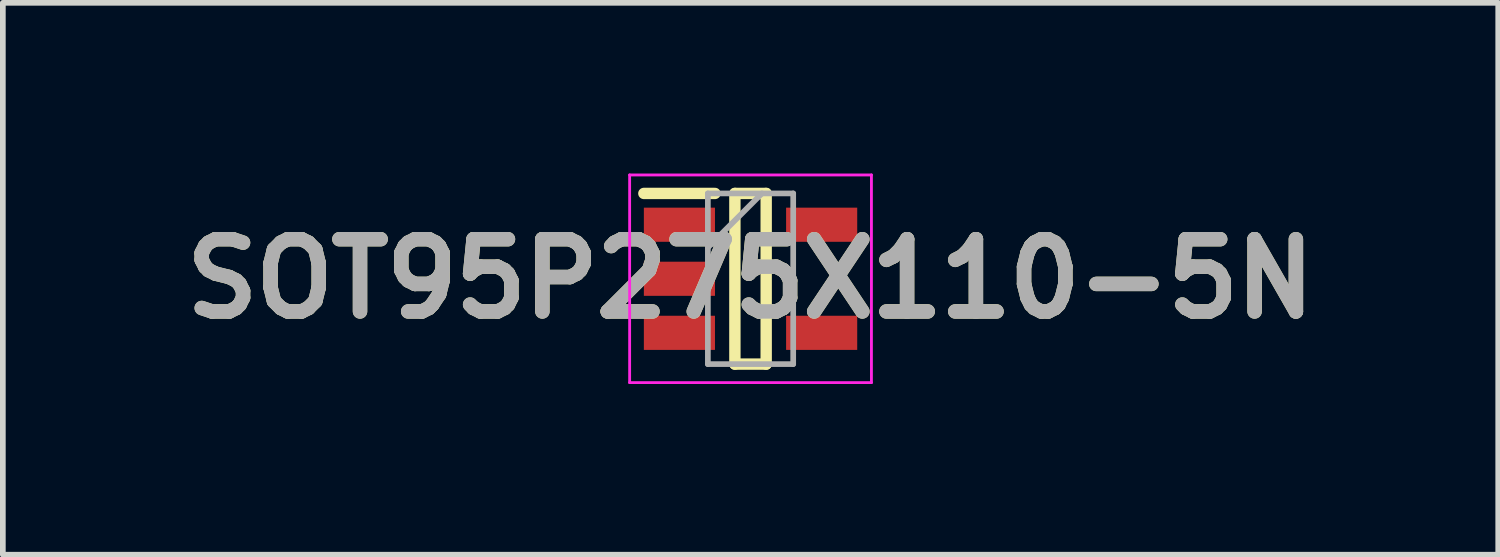
<source format=kicad_pcb>
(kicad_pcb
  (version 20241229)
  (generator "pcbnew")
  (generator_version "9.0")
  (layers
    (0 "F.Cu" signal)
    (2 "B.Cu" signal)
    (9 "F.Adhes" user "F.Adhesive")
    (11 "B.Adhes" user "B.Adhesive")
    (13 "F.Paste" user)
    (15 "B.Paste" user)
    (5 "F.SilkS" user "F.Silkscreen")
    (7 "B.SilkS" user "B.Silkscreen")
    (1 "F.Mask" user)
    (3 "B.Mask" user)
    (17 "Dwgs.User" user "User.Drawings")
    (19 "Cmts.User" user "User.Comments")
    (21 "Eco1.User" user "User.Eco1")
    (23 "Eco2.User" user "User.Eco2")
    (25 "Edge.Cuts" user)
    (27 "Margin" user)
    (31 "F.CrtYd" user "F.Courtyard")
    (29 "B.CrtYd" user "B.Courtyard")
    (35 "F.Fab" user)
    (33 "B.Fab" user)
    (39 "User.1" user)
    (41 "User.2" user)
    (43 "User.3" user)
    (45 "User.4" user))
  (footprint "SOT95P275X110-5N"
    (layer "F.Cu")
    (at 10.142 1.85)
    (property "Reference" "SOT95P275X110-5N" (at 0 0 0) (layer "F.SilkS") (effects (font (size 1.27 1.27) (thickness 0.254))))
    (attr smd)
    (fp_line (start -1.875 -1.5) (end -0.625 -1.5) (stroke (width 0.2) (type solid)) (layer "F.SilkS"))
    (fp_line (start -0.275 -1.5) (end 0.275 -1.5) (stroke (width 0.2) (type solid)) (layer "F.SilkS"))
    (fp_line (start -0.275 1.5) (end -0.275 -1.5) (stroke (width 0.2) (type solid)) (layer "F.SilkS"))
    (fp_line (start 0.275 -1.5) (end 0.275 1.5) (stroke (width 0.2) (type solid)) (layer "F.SilkS"))
    (fp_line (start 0.275 1.5) (end -0.275 1.5) (stroke (width 0.2) (type solid)) (layer "F.SilkS"))
    (fp_line (start -2.125 -1.825) (end 2.125 -1.825) (stroke (width 0.05) (type solid)) (layer "F.CrtYd"))
    (fp_line (start -2.125 1.825) (end -2.125 -1.825) (stroke (width 0.05) (type solid)) (layer "F.CrtYd"))
    (fp_line (start 2.125 -1.825) (end 2.125 1.825) (stroke (width 0.05) (type solid)) (layer "F.CrtYd"))
    (fp_line (start 2.125 1.825) (end -2.125 1.825) (stroke (width 0.05) (type solid)) (layer "F.CrtYd"))
    (fp_line (start -0.75 -1.5) (end 0.75 -1.5) (stroke (width 0.1) (type solid)) (layer "F.Fab"))
    (fp_line (start -0.75 -0.55) (end 0.2 -1.5) (stroke (width 0.1) (type solid)) (layer "F.Fab"))
    (fp_line (start -0.75 1.5) (end -0.75 -1.5) (stroke (width 0.1) (type solid)) (layer "F.Fab"))
    (fp_line (start 0.75 -1.5) (end 0.75 1.5) (stroke (width 0.1) (type solid)) (layer "F.Fab"))
    (fp_line (start 0.75 1.5) (end -0.75 1.5) (stroke (width 0.1) (type solid)) (layer "F.Fab"))
    (fp_text user "${REFERENCE}" (at 0 0 0) (layer "F.Fab") (effects (font (size 1.27 1.27) (thickness 0.254))))
    (pad "1" smd rect (at -1.25 -0.95 90) (size 0.6 1.25) (layers "F.Cu" "F.Mask" "F.Paste"))
    (pad "2" smd rect (at -1.25 0 90) (size 0.6 1.25) (layers "F.Cu" "F.Mask" "F.Paste"))
    (pad "3" smd rect (at -1.25 0.95 90) (size 0.6 1.25) (layers "F.Cu" "F.Mask" "F.Paste"))
    (pad "4" smd rect (at 1.25 0.95 90) (size 0.6 1.25) (layers "F.Cu" "F.Mask" "F.Paste"))
    (pad "5" smd rect (at 1.25 -0.95 90) (size 0.6 1.25) (layers "F.Cu" "F.Mask" "F.Paste")))
  (gr_rect
    (start -3 -3)
    (end 23.284 6.7)
    (stroke (width 0.1) (type default))
    (fill no)
    (layer "Edge.Cuts")))
</source>
